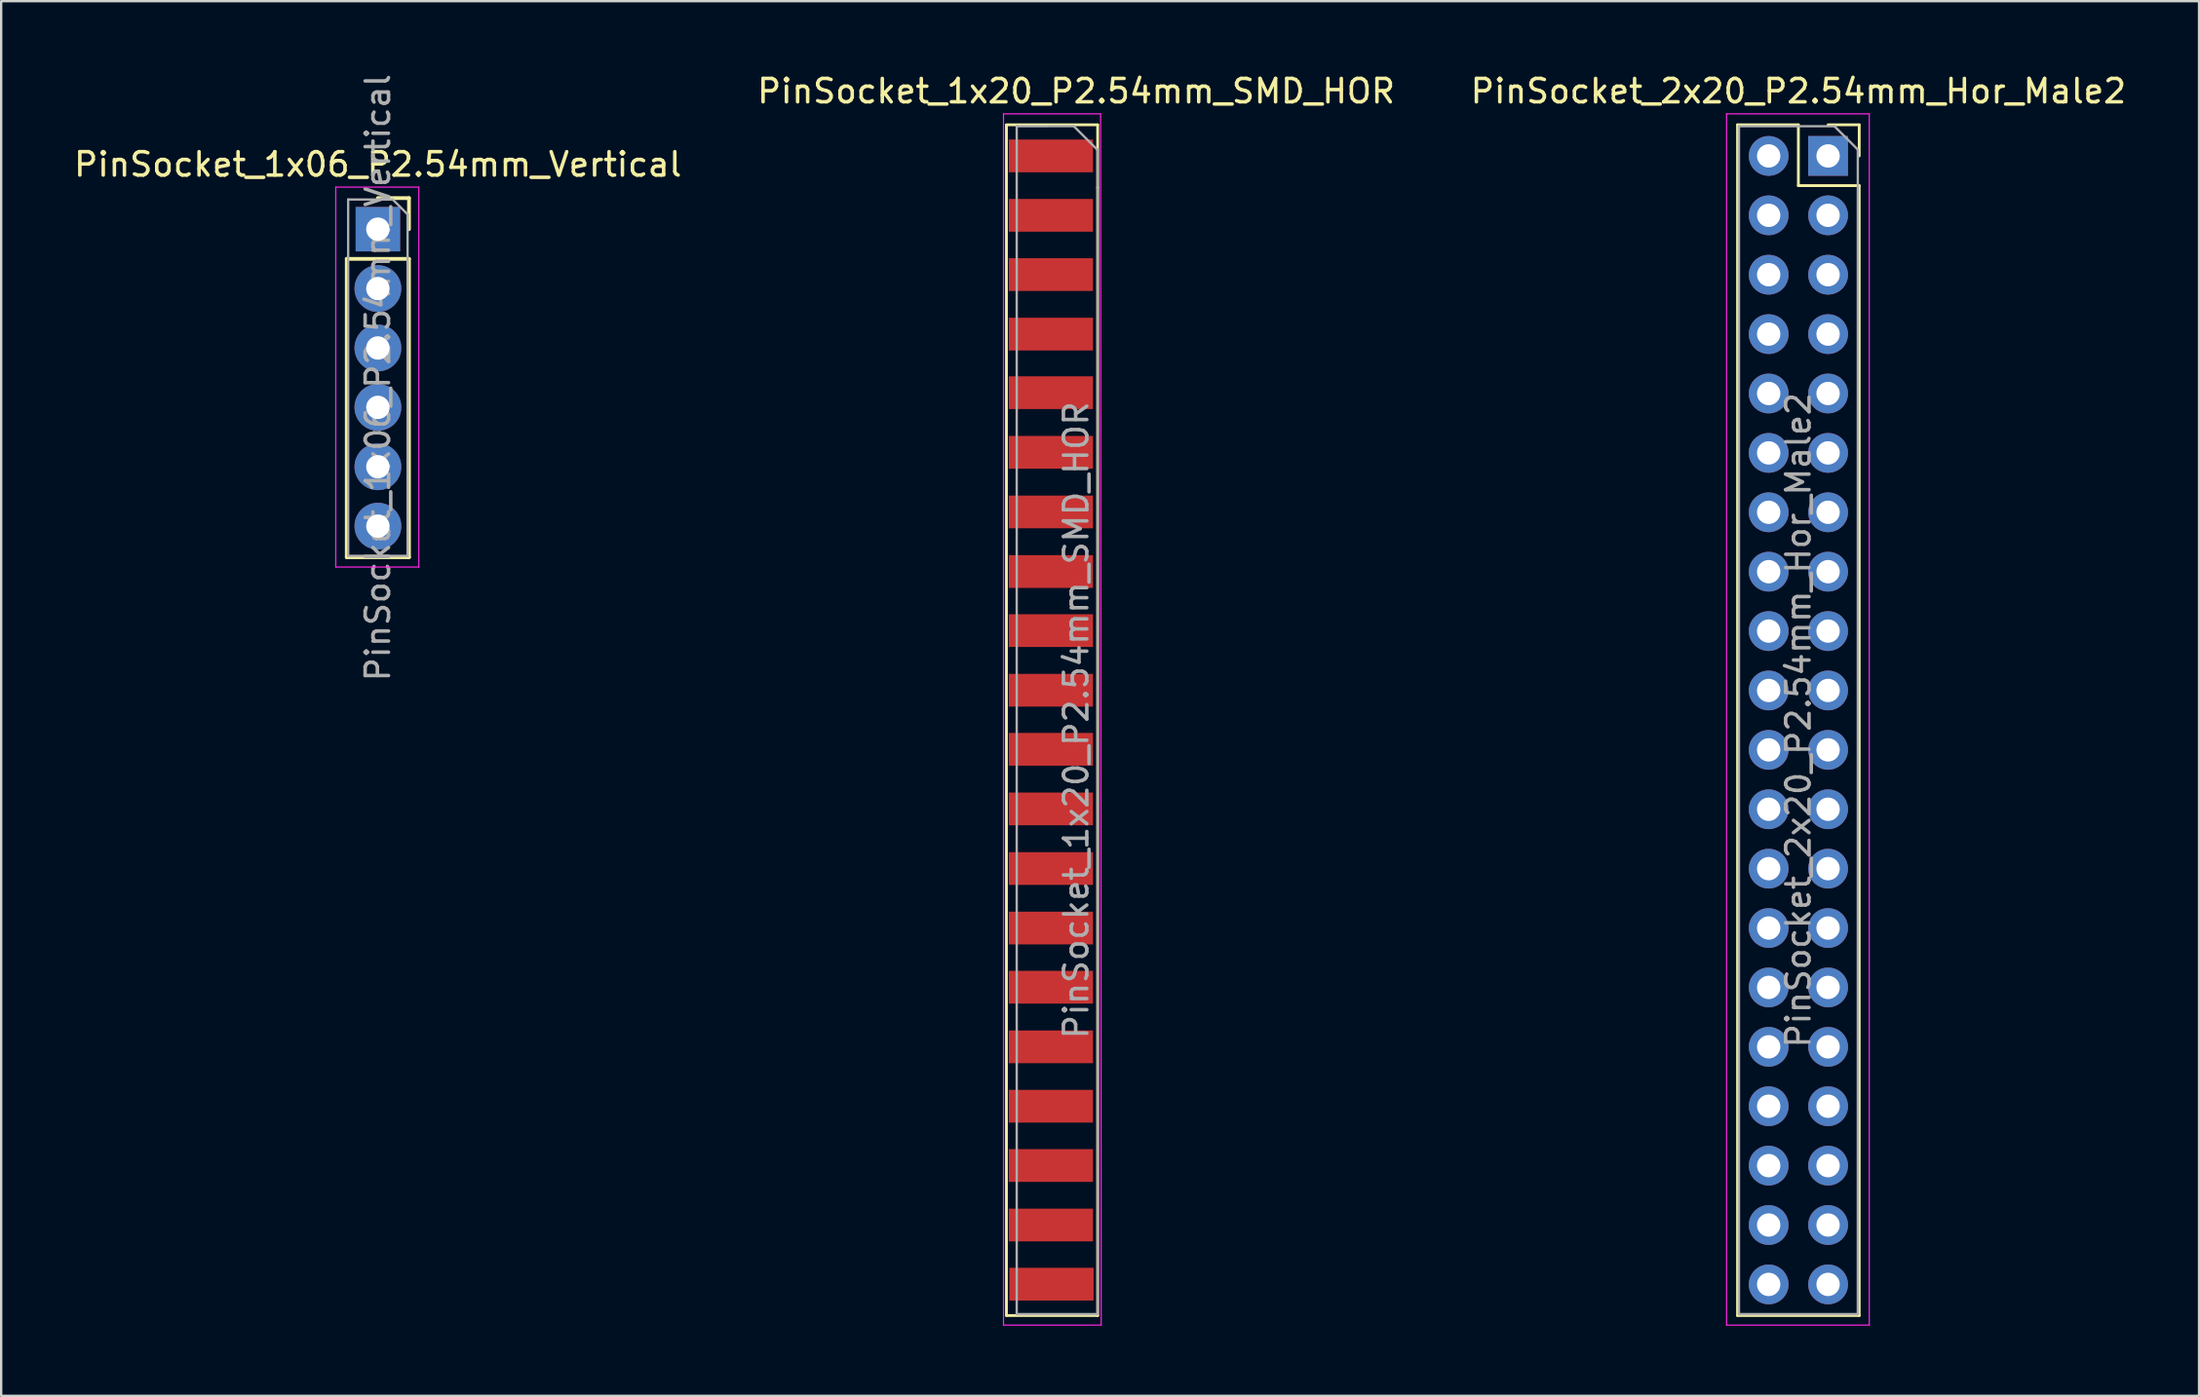
<source format=kicad_pcb>
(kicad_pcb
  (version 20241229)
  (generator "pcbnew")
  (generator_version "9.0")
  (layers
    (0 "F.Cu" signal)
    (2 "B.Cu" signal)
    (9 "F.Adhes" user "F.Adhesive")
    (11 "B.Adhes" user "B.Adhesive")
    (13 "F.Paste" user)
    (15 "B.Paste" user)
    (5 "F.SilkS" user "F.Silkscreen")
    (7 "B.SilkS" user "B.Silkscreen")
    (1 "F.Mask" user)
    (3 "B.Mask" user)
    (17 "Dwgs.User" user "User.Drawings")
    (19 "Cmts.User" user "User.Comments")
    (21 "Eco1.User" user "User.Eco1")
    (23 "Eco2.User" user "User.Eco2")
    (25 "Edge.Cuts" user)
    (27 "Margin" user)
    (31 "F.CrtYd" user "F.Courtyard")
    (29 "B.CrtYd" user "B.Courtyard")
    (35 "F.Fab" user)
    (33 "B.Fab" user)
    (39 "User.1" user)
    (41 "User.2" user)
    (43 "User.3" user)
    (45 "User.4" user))
  (footprint "PinSocket_2x20_P2.54mm_Hor_Male2"
    (layer "F.Cu")
    (at 75.085 3.618)
    (property "Reference" "PinSocket_2x20_P2.54mm_Hor_Male2" (at -1.27 -2.77 0) (layer "F.SilkS") (effects (font (size 1 1) (thickness 0.15))))
    (attr through_hole)
    (fp_line (start -3.87 -1.33) (end -3.87 49.59) (stroke (width 0.12) (type solid)) (layer "F.SilkS"))
    (fp_line (start -3.87 -1.33) (end -1.27 -1.33) (stroke (width 0.12) (type solid)) (layer "F.SilkS"))
    (fp_line (start -3.87 49.59) (end 1.33 49.59) (stroke (width 0.12) (type solid)) (layer "F.SilkS"))
    (fp_line (start -1.27 -1.33) (end -1.27 1.27) (stroke (width 0.12) (type solid)) (layer "F.SilkS"))
    (fp_line (start -1.27 1.27) (end 1.33 1.27) (stroke (width 0.12) (type solid)) (layer "F.SilkS"))
    (fp_line (start 0 -1.33) (end 1.33 -1.33) (stroke (width 0.12) (type solid)) (layer "F.SilkS"))
    (fp_line (start 1.33 -1.33) (end 1.33 0) (stroke (width 0.12) (type solid)) (layer "F.SilkS"))
    (fp_line (start 1.33 1.27) (end 1.33 49.59) (stroke (width 0.12) (type solid)) (layer "F.SilkS"))
    (fp_line (start -4.34 -1.8) (end 1.76 -1.8) (stroke (width 0.05) (type solid)) (layer "F.CrtYd"))
    (fp_line (start -4.34 50) (end -4.34 -1.8) (stroke (width 0.05) (type solid)) (layer "F.CrtYd"))
    (fp_line (start 1.76 -1.8) (end 1.76 50) (stroke (width 0.05) (type solid)) (layer "F.CrtYd"))
    (fp_line (start 1.76 50) (end -4.34 50) (stroke (width 0.05) (type solid)) (layer "F.CrtYd"))
    (fp_line (start -3.81 -1.27) (end 0.27 -1.27) (stroke (width 0.1) (type solid)) (layer "F.Fab"))
    (fp_line (start -3.81 49.53) (end -3.81 -1.27) (stroke (width 0.1) (type solid)) (layer "F.Fab"))
    (fp_line (start 0.27 -1.27) (end 1.27 -0.27) (stroke (width 0.1) (type solid)) (layer "F.Fab"))
    (fp_line (start 1.27 -0.27) (end 1.27 49.53) (stroke (width 0.1) (type solid)) (layer "F.Fab"))
    (fp_line (start 1.27 49.53) (end -3.81 49.53) (stroke (width 0.1) (type solid)) (layer "F.Fab"))
    (fp_text user "${REFERENCE}" (at -1.27 24.13 90) (layer "F.Fab") (effects (font (size 1 1) (thickness 0.15))))
    (pad "1" thru_hole rect (at 0 0) (size 1.7 1.7) (drill 1) (layers "*.Cu" "*.Mask"))
    (pad "2" thru_hole oval (at -2.54 0) (size 1.7 1.7) (drill 1) (layers "*.Cu" "*.Mask"))
    (pad "3" thru_hole oval (at 0 2.54) (size 1.7 1.7) (drill 1) (layers "*.Cu" "*.Mask"))
    (pad "4" thru_hole oval (at -2.54 2.54) (size 1.7 1.7) (drill 1) (layers "*.Cu" "*.Mask"))
    (pad "5" thru_hole oval (at 0 5.08) (size 1.7 1.7) (drill 1) (layers "*.Cu" "*.Mask"))
    (pad "6" thru_hole oval (at -2.54 5.08) (size 1.7 1.7) (drill 1) (layers "*.Cu" "*.Mask"))
    (pad "7" thru_hole oval (at 0 7.62) (size 1.7 1.7) (drill 1) (layers "*.Cu" "*.Mask"))
    (pad "8" thru_hole oval (at -2.54 7.62) (size 1.7 1.7) (drill 1) (layers "*.Cu" "*.Mask"))
    (pad "9" thru_hole oval (at 0 10.16) (size 1.7 1.7) (drill 1) (layers "*.Cu" "*.Mask"))
    (pad "10" thru_hole oval (at -2.54 10.16) (size 1.7 1.7) (drill 1) (layers "*.Cu" "*.Mask"))
    (pad "11" thru_hole oval (at 0 12.7) (size 1.7 1.7) (drill 1) (layers "*.Cu" "*.Mask"))
    (pad "12" thru_hole oval (at -2.54 12.7) (size 1.7 1.7) (drill 1) (layers "*.Cu" "*.Mask"))
    (pad "13" thru_hole oval (at 0 15.24) (size 1.7 1.7) (drill 1) (layers "*.Cu" "*.Mask"))
    (pad "14" thru_hole oval (at -2.54 15.24) (size 1.7 1.7) (drill 1) (layers "*.Cu" "*.Mask"))
    (pad "15" thru_hole oval (at 0 17.78) (size 1.7 1.7) (drill 1) (layers "*.Cu" "*.Mask"))
    (pad "16" thru_hole oval (at -2.54 17.78) (size 1.7 1.7) (drill 1) (layers "*.Cu" "*.Mask"))
    (pad "17" thru_hole oval (at 0 20.32) (size 1.7 1.7) (drill 1) (layers "*.Cu" "*.Mask"))
    (pad "18" thru_hole oval (at -2.54 20.32) (size 1.7 1.7) (drill 1) (layers "*.Cu" "*.Mask"))
    (pad "19" thru_hole oval (at 0 22.86) (size 1.7 1.7) (drill 1) (layers "*.Cu" "*.Mask"))
    (pad "20" thru_hole oval (at -2.54 22.86) (size 1.7 1.7) (drill 1) (layers "*.Cu" "*.Mask"))
    (pad "21" thru_hole oval (at 0 25.4) (size 1.7 1.7) (drill 1) (layers "*.Cu" "*.Mask"))
    (pad "22" thru_hole oval (at -2.54 25.4) (size 1.7 1.7) (drill 1) (layers "*.Cu" "*.Mask"))
    (pad "23" thru_hole oval (at 0 27.94) (size 1.7 1.7) (drill 1) (layers "*.Cu" "*.Mask"))
    (pad "24" thru_hole oval (at -2.54 27.94) (size 1.7 1.7) (drill 1) (layers "*.Cu" "*.Mask"))
    (pad "25" thru_hole oval (at 0 30.48) (size 1.7 1.7) (drill 1) (layers "*.Cu" "*.Mask"))
    (pad "26" thru_hole oval (at -2.54 30.48) (size 1.7 1.7) (drill 1) (layers "*.Cu" "*.Mask"))
    (pad "27" thru_hole oval (at 0 33.02) (size 1.7 1.7) (drill 1) (layers "*.Cu" "*.Mask"))
    (pad "28" thru_hole oval (at -2.54 33.02) (size 1.7 1.7) (drill 1) (layers "*.Cu" "*.Mask"))
    (pad "29" thru_hole oval (at 0 35.56) (size 1.7 1.7) (drill 1) (layers "*.Cu" "*.Mask"))
    (pad "30" thru_hole oval (at -2.54 35.56) (size 1.7 1.7) (drill 1) (layers "*.Cu" "*.Mask"))
    (pad "31" thru_hole oval (at 0 38.1) (size 1.7 1.7) (drill 1) (layers "*.Cu" "*.Mask"))
    (pad "32" thru_hole oval (at -2.54 38.1) (size 1.7 1.7) (drill 1) (layers "*.Cu" "*.Mask"))
    (pad "33" thru_hole oval (at 0 40.64) (size 1.7 1.7) (drill 1) (layers "*.Cu" "*.Mask"))
    (pad "34" thru_hole oval (at -2.54 40.64) (size 1.7 1.7) (drill 1) (layers "*.Cu" "*.Mask"))
    (pad "35" thru_hole oval (at 0 43.18) (size 1.7 1.7) (drill 1) (layers "*.Cu" "*.Mask"))
    (pad "36" thru_hole oval (at -2.54 43.18) (size 1.7 1.7) (drill 1) (layers "*.Cu" "*.Mask"))
    (pad "37" thru_hole oval (at 0 45.72) (size 1.7 1.7) (drill 1) (layers "*.Cu" "*.Mask"))
    (pad "38" thru_hole oval (at -2.54 45.72) (size 1.7 1.7) (drill 1) (layers "*.Cu" "*.Mask"))
    (pad "39" thru_hole oval (at 0 48.26) (size 1.7 1.7) (drill 1) (layers "*.Cu" "*.Mask"))
    (pad "40" thru_hole oval (at -2.54 48.26) (size 1.7 1.7) (drill 1) (layers "*.Cu" "*.Mask")))
  (footprint "PinSocket_1x20_P2.54mm_SMD_HOR"
    (layer "F.Cu")
    (at 44.216 3.618)
    (property "Reference" "PinSocket_1x20_P2.54mm_SMD_HOR" (at -1.27 -2.77 0) (layer "F.SilkS") (effects (font (size 1 1) (thickness 0.15))))
    (attr through_hole)
    (fp_line (start -4.25 -1.33) (end -0.35 -1.33) (stroke (width 0.12) (type solid)) (layer "F.SilkS"))
    (fp_line (start -4.25 -1.32) (end -4.25 49.59) (stroke (width 0.12) (type solid)) (layer "F.SilkS"))
    (fp_line (start -4.25 49.59) (end -0.35 49.59) (stroke (width 0.12) (type solid)) (layer "F.SilkS"))
    (fp_line (start -0.35 -1.325) (end -0.35 1.35) (stroke (width 0.12) (type solid)) (layer "F.SilkS"))
    (fp_line (start -0.35 1.35) (end -0.35 49.59) (stroke (width 0.12) (type solid)) (layer "F.SilkS"))
    (fp_line (start -4.375 -1.8) (end -0.225 -1.8) (stroke (width 0.05) (type solid)) (layer "F.CrtYd"))
    (fp_line (start -4.375 50) (end -4.375 -1.8) (stroke (width 0.05) (type solid)) (layer "F.CrtYd"))
    (fp_line (start -0.225 -1.8) (end -0.2 50) (stroke (width 0.05) (type solid)) (layer "F.CrtYd"))
    (fp_line (start -0.2 50) (end -4.375 50) (stroke (width 0.05) (type solid)) (layer "F.CrtYd"))
    (fp_line (start -3.81 -1.27) (end -1.375 -1.275) (stroke (width 0.1) (type solid)) (layer "F.Fab"))
    (fp_line (start -3.81 49.53) (end -3.81 -1.27) (stroke (width 0.1) (type solid)) (layer "F.Fab"))
    (fp_line (start -1.375 -1.275) (end -0.375 -0.275) (stroke (width 0.1) (type solid)) (layer "F.Fab"))
    (fp_line (start -0.35 -0.27) (end -0.35 49.53) (stroke (width 0.1) (type solid)) (layer "F.Fab"))
    (fp_line (start -0.35 49.53) (end -3.81 49.53) (stroke (width 0.1) (type solid)) (layer "F.Fab"))
    (fp_text user "${REFERENCE}" (at -1.27 24.13 90) (layer "F.Fab") (effects (font (size 1 1) (thickness 0.15))))
    (pad "1" smd rect (at -2.35 0) (size 3.6 1.4) (layers "F.Cu" "F.Mask" "F.Paste"))
    (pad "2" smd rect (at -2.35 2.54) (size 3.6 1.4) (layers "F.Cu" "F.Mask" "F.Paste"))
    (pad "3" smd rect (at -2.35 5.075) (size 3.6 1.4) (layers "F.Cu" "F.Mask" "F.Paste"))
    (pad "4" smd rect (at -2.35 7.62) (size 3.6 1.4) (layers "F.Cu" "F.Mask" "F.Paste"))
    (pad "5" smd rect (at -2.35 10.125) (size 3.6 1.4) (layers "F.Cu" "F.Mask" "F.Paste"))
    (pad "6" smd rect (at -2.35 12.675) (size 3.6 1.4) (layers "F.Cu" "F.Mask" "F.Paste"))
    (pad "7" smd rect (at -2.35 15.225) (size 3.6 1.4) (layers "F.Cu" "F.Mask" "F.Paste"))
    (pad "8" smd rect (at -2.35 17.775) (size 3.6 1.4) (layers "F.Cu" "F.Mask" "F.Paste"))
    (pad "9" smd rect (at -2.35 20.3) (size 3.6 1.4) (layers "F.Cu" "F.Mask" "F.Paste"))
    (pad "10" smd rect (at -2.35 22.85) (size 3.6 1.4) (layers "F.Cu" "F.Mask" "F.Paste"))
    (pad "11" smd rect (at -2.35 25.375) (size 3.6 1.4) (layers "F.Cu" "F.Mask" "F.Paste"))
    (pad "12" smd rect (at -2.35 27.925) (size 3.6 1.4) (layers "F.Cu" "F.Mask" "F.Paste"))
    (pad "13" smd rect (at -2.35 30.475) (size 3.6 1.4) (layers "F.Cu" "F.Mask" "F.Paste"))
    (pad "14" smd rect (at -2.35 33.02) (size 3.6 1.4) (layers "F.Cu" "F.Mask" "F.Paste"))
    (pad "15" smd rect (at -2.35 35.55) (size 3.6 1.4) (layers "F.Cu" "F.Mask" "F.Paste"))
    (pad "16" smd rect (at -2.35 38.1) (size 3.6 1.4) (layers "F.Cu" "F.Mask" "F.Paste"))
    (pad "17" smd rect (at -2.35 40.64) (size 3.6 1.4) (layers "F.Cu" "F.Mask" "F.Paste"))
    (pad "18" smd rect (at -2.35 43.175) (size 3.6 1.4) (layers "F.Cu" "F.Mask" "F.Paste"))
    (pad "19" smd rect (at -2.35 45.72) (size 3.6 1.4) (layers "F.Cu" "F.Mask" "F.Paste"))
    (pad "20" smd rect (at -2.325 48.25) (size 3.6 1.4) (layers "F.Cu" "F.Mask" "F.Paste")))
  (footprint "PinSocket_1x06_P2.54mm_Vertical"
    (layer "F.Cu")
    (at 13.101 6.751)
    (property "Reference" "PinSocket_1x06_P2.54mm_Vertical" (at 0 -2.77 0) (layer "F.SilkS") (effects (font (size 1 1) (thickness 0.15))))
    (attr through_hole)
    (fp_line (start -1.33 1.27) (end -1.33 14.03) (stroke (width 0.16) (type solid)) (layer "F.SilkS"))
    (fp_line (start -1.33 1.27) (end 1.33 1.27) (stroke (width 0.16) (type solid)) (layer "F.SilkS"))
    (fp_line (start -1.33 14.03) (end 1.33 14.03) (stroke (width 0.16) (type solid)) (layer "F.SilkS"))
    (fp_line (start 0 -1.33) (end 1.33 -1.33) (stroke (width 0.16) (type solid)) (layer "F.SilkS"))
    (fp_line (start 1.33 -1.33) (end 1.33 0) (stroke (width 0.16) (type solid)) (layer "F.SilkS"))
    (fp_line (start 1.33 1.27) (end 1.33 14.03) (stroke (width 0.16) (type solid)) (layer "F.SilkS"))
    (fp_line (start -1.8 -1.8) (end 1.75 -1.8) (stroke (width 0.05) (type solid)) (layer "F.CrtYd"))
    (fp_line (start -1.8 14.45) (end -1.8 -1.8) (stroke (width 0.05) (type solid)) (layer "F.CrtYd"))
    (fp_line (start 1.75 -1.8) (end 1.75 14.45) (stroke (width 0.05) (type solid)) (layer "F.CrtYd"))
    (fp_line (start 1.75 14.45) (end -1.8 14.45) (stroke (width 0.05) (type solid)) (layer "F.CrtYd"))
    (fp_line (start -1.27 -1.27) (end 0.635 -1.27) (stroke (width 0.1) (type solid)) (layer "F.Fab"))
    (fp_line (start -1.27 13.97) (end -1.27 -1.27) (stroke (width 0.1) (type solid)) (layer "F.Fab"))
    (fp_line (start 0.635 -1.27) (end 1.27 -0.635) (stroke (width 0.1) (type solid)) (layer "F.Fab"))
    (fp_line (start 1.27 -0.635) (end 1.27 13.97) (stroke (width 0.1) (type solid)) (layer "F.Fab"))
    (fp_line (start 1.27 13.97) (end -1.27 13.97) (stroke (width 0.1) (type solid)) (layer "F.Fab"))
    (fp_text user "${REFERENCE}" (at 0 6.35 90) (layer "F.Fab") (effects (font (size 1 1) (thickness 0.15))))
    (pad "1" thru_hole rect (at 0 0) (size 1.9 1.9) (drill 1) (layers "*.Cu" "*.Mask"))
    (pad "2" thru_hole oval (at 0 2.54) (size 2 2) (drill 1) (layers "*.Cu" "*.Mask"))
    (pad "3" thru_hole oval (at 0 5.08) (size 2 2) (drill 1) (layers "*.Cu" "*.Mask"))
    (pad "4" thru_hole oval (at 0 7.62) (size 2 2) (drill 1) (layers "*.Cu" "*.Mask"))
    (pad "5" thru_hole oval (at 0 10.16) (size 2 2) (drill 1) (layers "*.Cu" "*.Mask"))
    (pad "6" thru_hole oval (at 0 12.7) (size 2 2) (drill 1) (layers "*.Cu" "*.Mask")))
  (gr_rect
    (start -3 -3)
    (end 90.94 56.643)
    (stroke (width 0.1) (type default))
    (fill no)
    (layer "Edge.Cuts")))
</source>
